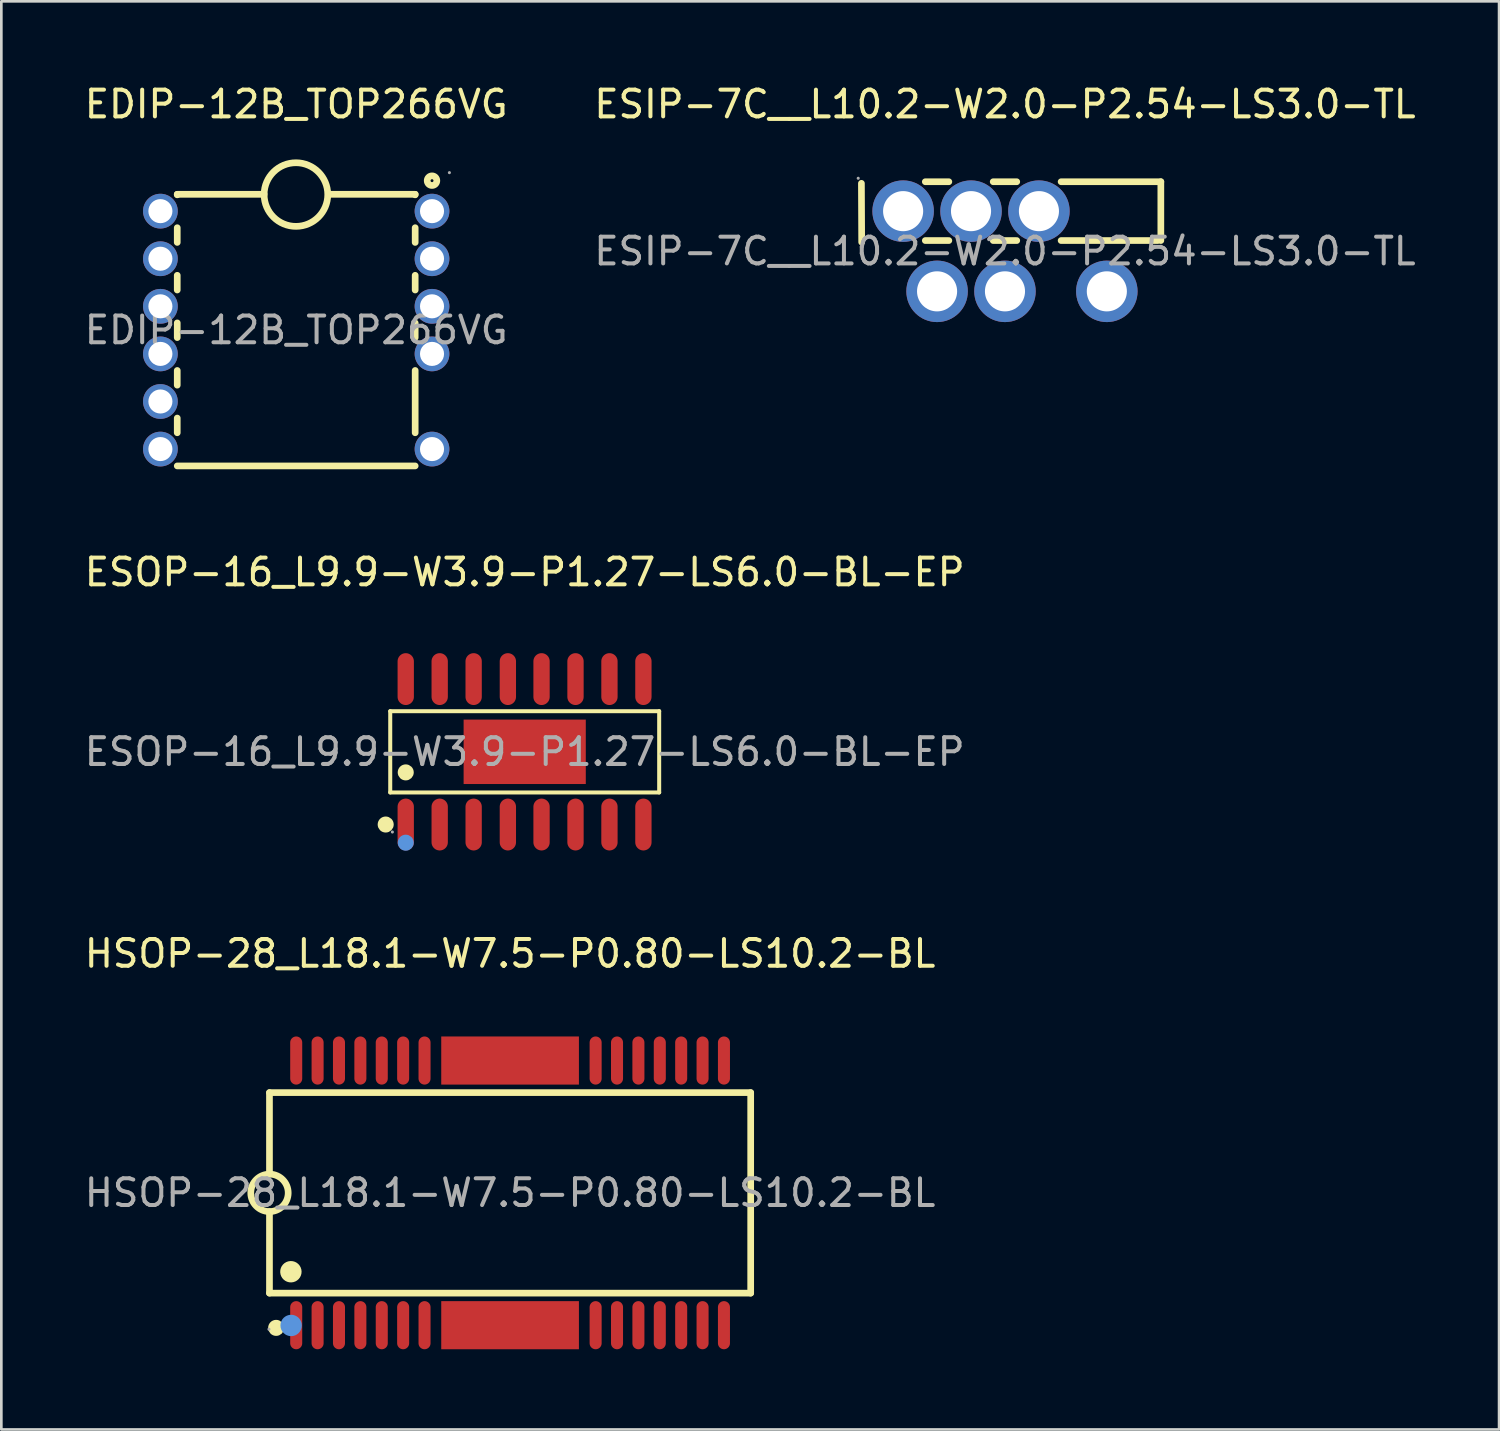
<source format=kicad_pcb>
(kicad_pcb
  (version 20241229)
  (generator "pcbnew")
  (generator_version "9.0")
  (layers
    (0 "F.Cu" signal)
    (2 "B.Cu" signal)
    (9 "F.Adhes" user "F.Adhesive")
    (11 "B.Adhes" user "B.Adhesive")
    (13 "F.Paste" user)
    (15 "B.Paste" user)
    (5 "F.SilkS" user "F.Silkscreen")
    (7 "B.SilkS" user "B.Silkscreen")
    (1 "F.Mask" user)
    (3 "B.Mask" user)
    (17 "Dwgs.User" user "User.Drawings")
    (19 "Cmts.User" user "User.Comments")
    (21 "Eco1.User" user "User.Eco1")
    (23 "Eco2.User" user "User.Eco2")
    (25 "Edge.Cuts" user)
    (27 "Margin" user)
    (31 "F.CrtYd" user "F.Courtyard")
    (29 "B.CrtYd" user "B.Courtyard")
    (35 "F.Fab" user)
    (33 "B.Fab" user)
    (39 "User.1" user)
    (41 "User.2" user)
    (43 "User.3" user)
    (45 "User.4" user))
  (footprint "HSOP-28_L18.1-W7.5-P0.80-LS10.2-BL"
    (layer "F.Cu")
    (at 16.03 41.57)
    (property "Reference" "HSOP-28_L18.1-W7.5-P0.80-LS10.2-BL" (at 0 -8.95 0) (layer "F.SilkS") (effects (font (size 1 1) (thickness 0.15))))
    (attr through_hole)
    (fp_line (start -9 -3.75) (end -9 -0.7) (stroke (width 0.25) (type solid)) (layer "F.SilkS"))
    (fp_line (start -9 -3.75) (end 9 -3.75) (stroke (width 0.25) (type solid)) (layer "F.SilkS"))
    (fp_line (start -9 3.75) (end -9 0.7) (stroke (width 0.25) (type solid)) (layer "F.SilkS"))
    (fp_line (start 9 -3.75) (end 9 3.75) (stroke (width 0.25) (type solid)) (layer "F.SilkS"))
    (fp_line (start 9 3.75) (end -9 3.75) (stroke (width 0.25) (type solid)) (layer "F.SilkS"))
    (fp_arc (start -8.987783 -0.699893) (mid -9.006109 0.699973) (end -9 -0.7) (stroke (width 0.25) (type solid)) (layer "F.SilkS"))
    (fp_arc (start -8.75 5.05) (mid -8.75 5.05) (end -8.75 5.05) (stroke (width 0.3) (type solid)) (layer "F.SilkS"))
    (fp_arc (start -8.2 2.75) (mid -8.194991 3.149937) (end -8.210014 2.750251) (stroke (width 0.4) (type solid)) (layer "F.SilkS"))
    (fp_circle (center -8.19 4.96) (end -7.99 4.96) (stroke (width 0.4) (type solid)) (fill no) (layer "Cmts.User"))
    (fp_circle (center -9.02 5.1) (end -8.99 5.1) (stroke (width 0.06) (type solid)) (fill no) (layer "F.Fab"))
    (fp_text user "${REFERENCE}" (at 0 0 0) (layer "F.Fab") (effects (font (size 1 1) (thickness 0.15))))
    (pad "1" smd oval (at -8 4.95) (size 0.45 1.8) (layers "F.Cu" "F.Mask" "F.Paste"))
    (pad "2" smd oval (at -7.2 4.95) (size 0.45 1.8) (layers "F.Cu" "F.Mask" "F.Paste"))
    (pad "3" smd oval (at -6.4 4.95) (size 0.45 1.8) (layers "F.Cu" "F.Mask" "F.Paste"))
    (pad "4" smd oval (at -5.6 4.95) (size 0.45 1.8) (layers "F.Cu" "F.Mask" "F.Paste"))
    (pad "5" smd oval (at -4.8 4.95) (size 0.45 1.8) (layers "F.Cu" "F.Mask" "F.Paste"))
    (pad "6" smd oval (at -4 4.95) (size 0.45 1.8) (layers "F.Cu" "F.Mask" "F.Paste"))
    (pad "7" smd oval (at -3.2 4.95) (size 0.45 1.8) (layers "F.Cu" "F.Mask" "F.Paste"))
    (pad "8" smd oval (at 3.2 4.95) (size 0.45 1.8) (layers "F.Cu" "F.Mask" "F.Paste"))
    (pad "9" smd oval (at 4 4.95) (size 0.45 1.8) (layers "F.Cu" "F.Mask" "F.Paste"))
    (pad "10" smd oval (at 4.8 4.95) (size 0.45 1.8) (layers "F.Cu" "F.Mask" "F.Paste"))
    (pad "11" smd oval (at 5.6 4.95) (size 0.45 1.8) (layers "F.Cu" "F.Mask" "F.Paste"))
    (pad "12" smd oval (at 6.4 4.95) (size 0.45 1.8) (layers "F.Cu" "F.Mask" "F.Paste"))
    (pad "13" smd oval (at 7.2 4.95) (size 0.45 1.8) (layers "F.Cu" "F.Mask" "F.Paste"))
    (pad "14" smd oval (at 8 4.95) (size 0.45 1.8) (layers "F.Cu" "F.Mask" "F.Paste"))
    (pad "15" smd oval (at 8 -4.95) (size 0.45 1.8) (layers "F.Cu" "F.Mask" "F.Paste"))
    (pad "16" smd oval (at 7.2 -4.95) (size 0.45 1.8) (layers "F.Cu" "F.Mask" "F.Paste"))
    (pad "17" smd oval (at 6.4 -4.95) (size 0.45 1.8) (layers "F.Cu" "F.Mask" "F.Paste"))
    (pad "18" smd oval (at 5.6 -4.95) (size 0.45 1.8) (layers "F.Cu" "F.Mask" "F.Paste"))
    (pad "19" smd oval (at 4.8 -4.95) (size 0.45 1.8) (layers "F.Cu" "F.Mask" "F.Paste"))
    (pad "20" smd oval (at 4 -4.95) (size 0.45 1.8) (layers "F.Cu" "F.Mask" "F.Paste"))
    (pad "21" smd oval (at 3.2 -4.95) (size 0.45 1.8) (layers "F.Cu" "F.Mask" "F.Paste"))
    (pad "22" smd oval (at -3.2 -4.95) (size 0.45 1.8) (layers "F.Cu" "F.Mask" "F.Paste"))
    (pad "23" smd oval (at -4 -4.95) (size 0.45 1.8) (layers "F.Cu" "F.Mask" "F.Paste"))
    (pad "24" smd oval (at -4.8 -4.95) (size 0.45 1.8) (layers "F.Cu" "F.Mask" "F.Paste"))
    (pad "25" smd oval (at -5.6 -4.95) (size 0.45 1.8) (layers "F.Cu" "F.Mask" "F.Paste"))
    (pad "26" smd oval (at -6.4 -4.95) (size 0.45 1.8) (layers "F.Cu" "F.Mask" "F.Paste"))
    (pad "27" smd oval (at -7.2 -4.95) (size 0.45 1.8) (layers "F.Cu" "F.Mask" "F.Paste"))
    (pad "28" smd oval (at -8 -4.95) (size 0.45 1.8) (layers "F.Cu" "F.Mask" "F.Paste"))
    (pad "29" smd rect (at 0 -4.95) (size 5.15 1.8) (layers "F.Cu" "F.Mask" "F.Paste"))
    (pad "29" smd rect (at 0 4.95) (size 5.15 1.8) (layers "F.Cu" "F.Mask" "F.Paste")))
  (footprint "ESOP-16_L9.9-W3.9-P1.27-LS6.0-BL-EP"
    (layer "F.Cu")
    (at 16.577 25.072)
    (property "Reference" "ESOP-16_L9.9-W3.9-P1.27-LS6.0-BL-EP" (at 0 -6.72 0) (layer "F.SilkS") (effects (font (size 1 1) (thickness 0.15))))
    (attr through_hole)
    (fp_line (start -5.03 -1.52) (end 5.03 -1.52) (stroke (width 0.15) (type solid)) (layer "F.SilkS"))
    (fp_line (start -5.03 1.52) (end -5.03 -1.52) (stroke (width 0.15) (type solid)) (layer "F.SilkS"))
    (fp_line (start 5.03 -1.52) (end 5.03 1.52) (stroke (width 0.15) (type solid)) (layer "F.SilkS"))
    (fp_line (start 5.03 1.52) (end -5.03 1.52) (stroke (width 0.15) (type solid)) (layer "F.SilkS"))
    (fp_circle (center -5.2 2.72) (end -5.05 2.72) (stroke (width 0.3) (type solid)) (fill no) (layer "F.SilkS"))
    (fp_circle (center -4.45 0.77) (end -4.3 0.77) (stroke (width 0.3) (type solid)) (fill no) (layer "F.SilkS"))
    (fp_circle (center -4.45 3.4) (end -4.3 3.4) (stroke (width 0.3) (type solid)) (fill no) (layer "Cmts.User"))
    (fp_circle (center -4.95 3) (end -4.92 3) (stroke (width 0.06) (type solid)) (fill no) (layer "F.Fab"))
    (fp_text user "${REFERENCE}" (at 0 0 0) (layer "F.Fab") (effects (font (size 1 1) (thickness 0.15))))
    (pad "1" smd oval (at -4.45 2.72) (size 0.61 1.94) (layers "F.Cu" "F.Mask" "F.Paste"))
    (pad "2" smd oval (at -3.18 2.72) (size 0.61 1.94) (layers "F.Cu" "F.Mask" "F.Paste"))
    (pad "3" smd oval (at -1.91 2.72) (size 0.61 1.94) (layers "F.Cu" "F.Mask" "F.Paste"))
    (pad "4" smd oval (at -0.63 2.72) (size 0.61 1.94) (layers "F.Cu" "F.Mask" "F.Paste"))
    (pad "5" smd oval (at 0.63 2.72) (size 0.61 1.94) (layers "F.Cu" "F.Mask" "F.Paste"))
    (pad "6" smd oval (at 1.9 2.72) (size 0.61 1.94) (layers "F.Cu" "F.Mask" "F.Paste"))
    (pad "7" smd oval (at 3.17 2.72) (size 0.61 1.94) (layers "F.Cu" "F.Mask" "F.Paste"))
    (pad "8" smd oval (at 4.44 2.72) (size 0.61 1.94) (layers "F.Cu" "F.Mask" "F.Paste"))
    (pad "9" smd oval (at 4.44 -2.72) (size 0.61 1.94) (layers "F.Cu" "F.Mask" "F.Paste"))
    (pad "10" smd oval (at 3.17 -2.72) (size 0.61 1.94) (layers "F.Cu" "F.Mask" "F.Paste"))
    (pad "11" smd oval (at 1.9 -2.72) (size 0.61 1.94) (layers "F.Cu" "F.Mask" "F.Paste"))
    (pad "12" smd oval (at 0.63 -2.72) (size 0.61 1.94) (layers "F.Cu" "F.Mask" "F.Paste"))
    (pad "13" smd oval (at -0.63 -2.72) (size 0.61 1.94) (layers "F.Cu" "F.Mask" "F.Paste"))
    (pad "14" smd oval (at -1.91 -2.72) (size 0.61 1.94) (layers "F.Cu" "F.Mask" "F.Paste"))
    (pad "15" smd oval (at -3.18 -2.72) (size 0.61 1.94) (layers "F.Cu" "F.Mask" "F.Paste"))
    (pad "16" smd oval (at -4.45 -2.72) (size 0.61 1.94) (layers "F.Cu" "F.Mask" "F.Paste"))
    (pad "17" smd rect (at 0 0) (size 4.57 2.41) (layers "F.Cu" "F.Mask" "F.Paste")))
  (footprint "EDIP-12B_TOP266VG"
    (layer "F.Cu")
    (at 8.03 9.298)
    (property "Reference" "EDIP-12B_TOP266VG" (at 0 -8.45 0) (layer "F.SilkS") (effects (font (size 1 1) (thickness 0.15))))
    (attr through_hole)
    (fp_line (start -4.45 -5.08) (end -4.45 -5.06) (stroke (width 0.25) (type solid)) (layer "F.SilkS"))
    (fp_line (start -4.45 -5.08) (end -1.2 -5.08) (stroke (width 0.25) (type solid)) (layer "F.SilkS"))
    (fp_line (start -4.45 -3.83) (end -4.45 -3.28) (stroke (width 0.25) (type solid)) (layer "F.SilkS"))
    (fp_line (start -4.45 -2.05) (end -4.45 -1.5) (stroke (width 0.25) (type solid)) (layer "F.SilkS"))
    (fp_line (start -4.45 -0.27) (end -4.45 0.28) (stroke (width 0.25) (type solid)) (layer "F.SilkS"))
    (fp_line (start -4.45 1.51) (end -4.45 2.06) (stroke (width 0.25) (type solid)) (layer "F.SilkS"))
    (fp_line (start -4.45 3.29) (end -4.45 3.84) (stroke (width 0.25) (type solid)) (layer "F.SilkS"))
    (fp_line (start -4.45 5.08) (end 4.45 5.08) (stroke (width 0.25) (type solid)) (layer "F.SilkS"))
    (fp_line (start 1.2 -5.08) (end 4.45 -5.08) (stroke (width 0.25) (type solid)) (layer "F.SilkS"))
    (fp_line (start 4.45 -5.08) (end 4.45 -5.06) (stroke (width 0.25) (type solid)) (layer "F.SilkS"))
    (fp_line (start 4.45 -3.83) (end 4.45 -3.28) (stroke (width 0.25) (type solid)) (layer "F.SilkS"))
    (fp_line (start 4.45 -2.05) (end 4.45 -1.5) (stroke (width 0.25) (type solid)) (layer "F.SilkS"))
    (fp_line (start 4.45 -0.27) (end 4.45 0.28) (stroke (width 0.25) (type solid)) (layer "F.SilkS"))
    (fp_line (start 4.45 1.51) (end 4.45 3.84) (stroke (width 0.25) (type solid)) (layer "F.SilkS"))
    (fp_arc (start -1.199993 -5.08077) (mid 1.180042 -5.069615) (end -1.2 -5.06) (stroke (width 0.25) (type solid)) (layer "F.SilkS"))
    (fp_circle (center 5.08 -5.59) (end 5.26 -5.59) (stroke (width 0.25) (type solid)) (fill no) (layer "F.SilkS"))
    (fp_circle (center -5.08 -4.45) (end -4.9 -4.45) (stroke (width 0.35) (type solid)) (fill no) (layer "F.Fab"))
    (fp_circle (center -5.08 -2.67) (end -4.9 -2.67) (stroke (width 0.35) (type solid)) (fill no) (layer "F.Fab"))
    (fp_circle (center -5.08 -0.89) (end -4.9 -0.89) (stroke (width 0.35) (type solid)) (fill no) (layer "F.Fab"))
    (fp_circle (center -5.08 0.89) (end -4.9 0.89) (stroke (width 0.35) (type solid)) (fill no) (layer "F.Fab"))
    (fp_circle (center -5.08 2.67) (end -4.9 2.67) (stroke (width 0.35) (type solid)) (fill no) (layer "F.Fab"))
    (fp_circle (center -5.08 4.45) (end -4.9 4.45) (stroke (width 0.35) (type solid)) (fill no) (layer "F.Fab"))
    (fp_circle (center 5.08 -4.45) (end 5.26 -4.45) (stroke (width 0.35) (type solid)) (fill no) (layer "F.Fab"))
    (fp_circle (center 5.08 -2.67) (end 5.26 -2.67) (stroke (width 0.35) (type solid)) (fill no) (layer "F.Fab"))
    (fp_circle (center 5.08 -0.89) (end 5.26 -0.89) (stroke (width 0.35) (type solid)) (fill no) (layer "F.Fab"))
    (fp_circle (center 5.08 0.89) (end 5.26 0.89) (stroke (width 0.35) (type solid)) (fill no) (layer "F.Fab"))
    (fp_circle (center 5.08 4.45) (end 5.26 4.45) (stroke (width 0.35) (type solid)) (fill no) (layer "F.Fab"))
    (fp_circle (center 5.73 -5.89) (end 5.76 -5.89) (stroke (width 0.06) (type solid)) (fill no) (layer "F.Fab"))
    (fp_text user "${REFERENCE}" (at 0 0 0) (layer "F.Fab") (effects (font (size 1 1) (thickness 0.15))))
    (pad "1" thru_hole circle (at 5.08 -4.45) (size 1.3 1.3) (drill 0.9) (layers "*.Cu" "*.Paste" "*.Mask"))
    (pad "2" thru_hole circle (at 5.08 -2.67) (size 1.3 1.3) (drill 0.9) (layers "*.Cu" "*.Paste" "*.Mask"))
    (pad "3" thru_hole circle (at 5.08 -0.89) (size 1.3 1.3) (drill 0.9) (layers "*.Cu" "*.Paste" "*.Mask"))
    (pad "4" thru_hole circle (at 5.08 0.89) (size 1.3 1.3) (drill 0.9) (layers "*.Cu" "*.Paste" "*.Mask"))
    (pad "6" thru_hole circle (at 5.08 4.45) (size 1.3 1.3) (drill 0.9) (layers "*.Cu" "*.Paste" "*.Mask"))
    (pad "7" thru_hole circle (at -5.08 4.45) (size 1.3 1.3) (drill 0.9) (layers "*.Cu" "*.Paste" "*.Mask"))
    (pad "8" thru_hole circle (at -5.08 2.67) (size 1.3 1.3) (drill 0.9) (layers "*.Cu" "*.Paste" "*.Mask"))
    (pad "9" thru_hole circle (at -5.08 0.89) (size 1.3 1.3) (drill 0.9) (layers "*.Cu" "*.Paste" "*.Mask"))
    (pad "10" thru_hole circle (at -5.08 -0.89) (size 1.3 1.3) (drill 0.9) (layers "*.Cu" "*.Paste" "*.Mask"))
    (pad "11" thru_hole circle (at -5.08 -2.67) (size 1.3 1.3) (drill 0.9) (layers "*.Cu" "*.Paste" "*.Mask"))
    (pad "12" thru_hole circle (at -5.08 -4.45) (size 1.3 1.3) (drill 0.9) (layers "*.Cu" "*.Paste" "*.Mask")))
  (footprint "ESIP-7C__L10.2-W2.0-P2.54-LS3.0-TL"
    (layer "F.Cu")
    (at 34.542 6.348)
    (property "Reference" "ESIP-7C__L10.2-W2.0-P2.54-LS3.0-TL" (at 0 -5.5 0) (layer "F.SilkS") (effects (font (size 1 1) (thickness 0.15))))
    (attr through_hole)
    (fp_line (start -5.37 -2.54) (end -5.36 -0.34) (stroke (width 0.25) (type solid)) (layer "F.SilkS"))
    (fp_line (start -2.98 -2.6) (end -2.1 -2.6) (stroke (width 0.25) (type solid)) (layer "F.SilkS"))
    (fp_line (start -2.98 -0.4) (end -2.1 -0.4) (stroke (width 0.25) (type solid)) (layer "F.SilkS"))
    (fp_line (start -0.44 -2.6) (end 0.44 -2.6) (stroke (width 0.25) (type solid)) (layer "F.SilkS"))
    (fp_line (start -0.44 -0.4) (end 0.44 -0.4) (stroke (width 0.25) (type solid)) (layer "F.SilkS"))
    (fp_line (start 2.1 -2.6) (end 5.83 -2.6) (stroke (width 0.25) (type solid)) (layer "F.SilkS"))
    (fp_line (start 2.1 -0.4) (end 5.71 -0.4) (stroke (width 0.25) (type solid)) (layer "F.SilkS"))
    (fp_line (start 5.83 -2.6) (end 5.83 -0.4) (stroke (width 0.25) (type solid)) (layer "F.SilkS"))
    (fp_circle (center -5.49 -2.73) (end -5.46 -2.73) (stroke (width 0.06) (type solid)) (fill no) (layer "F.Fab"))
    (fp_circle (center -3.81 -1.5) (end -3.48 -1.5) (stroke (width 0.65) (type solid)) (fill no) (layer "F.Fab"))
    (fp_circle (center -2.54 1.5) (end -2.21 1.5) (stroke (width 0.65) (type solid)) (fill no) (layer "F.Fab"))
    (fp_circle (center -1.27 -1.5) (end -0.94 -1.5) (stroke (width 0.65) (type solid)) (fill no) (layer "F.Fab"))
    (fp_circle (center 0 1.5) (end 0.33 1.5) (stroke (width 0.65) (type solid)) (fill no) (layer "F.Fab"))
    (fp_circle (center 1.27 -1.5) (end 1.6 -1.5) (stroke (width 0.65) (type solid)) (fill no) (layer "F.Fab"))
    (fp_circle (center 3.81 1.5) (end 4.14 1.5) (stroke (width 0.65) (type solid)) (fill no) (layer "F.Fab"))
    (fp_text user "${REFERENCE}" (at 0 0 0) (layer "F.Fab") (effects (font (size 1 1) (thickness 0.15))))
    (pad "1" thru_hole circle (at -3.81 -1.5) (size 2.3 2.3) (drill 1.5) (layers "*.Cu" "*.Paste" "*.Mask"))
    (pad "2" thru_hole circle (at -2.54 1.5) (size 2.3 2.3) (drill 1.5) (layers "*.Cu" "*.Paste" "*.Mask"))
    (pad "3" thru_hole circle (at -1.27 -1.5) (size 2.3 2.3) (drill 1.5) (layers "*.Cu" "*.Paste" "*.Mask"))
    (pad "4" thru_hole circle (at 0 1.5) (size 2.3 2.3) (drill 1.5) (layers "*.Cu" "*.Paste" "*.Mask"))
    (pad "5" thru_hole circle (at 1.27 -1.5) (size 2.3 2.3) (drill 1.5) (layers "*.Cu" "*.Paste" "*.Mask"))
    (pad "7" thru_hole circle (at 3.81 1.5) (size 2.3 2.3) (drill 1.5) (layers "*.Cu" "*.Paste" "*.Mask")))
  (gr_rect
    (start -3 -3)
    (end 53.024 50.42)
    (stroke (width 0.1) (type default))
    (fill no)
    (layer "Edge.Cuts")))
</source>
